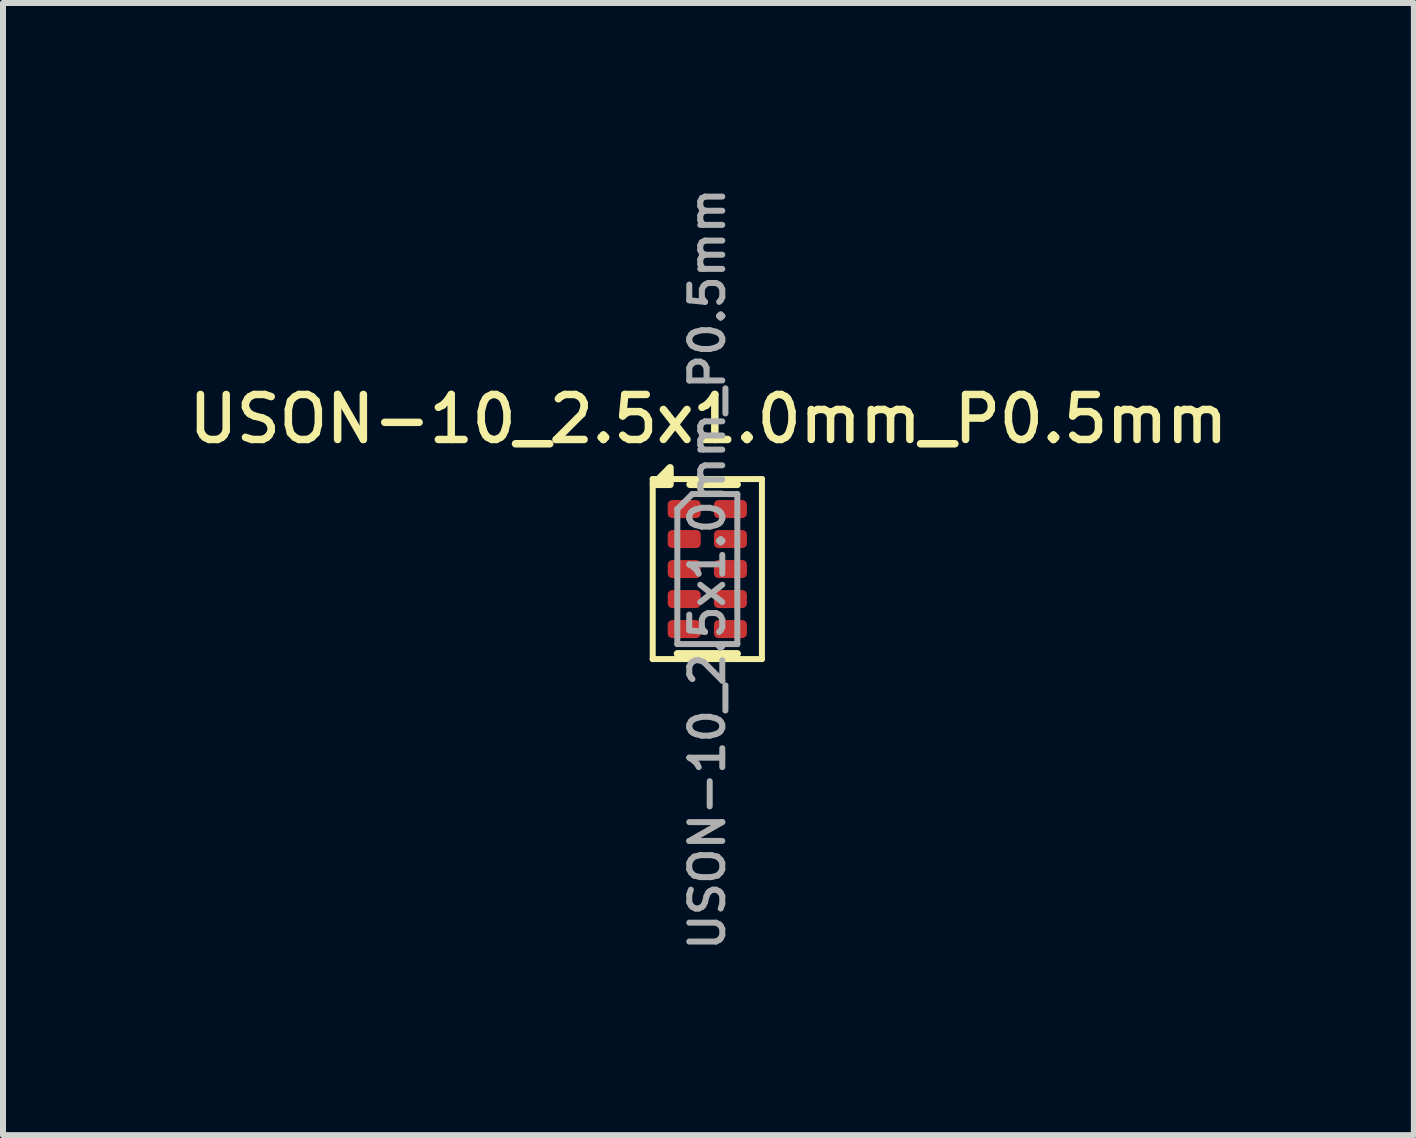
<source format=kicad_pcb>
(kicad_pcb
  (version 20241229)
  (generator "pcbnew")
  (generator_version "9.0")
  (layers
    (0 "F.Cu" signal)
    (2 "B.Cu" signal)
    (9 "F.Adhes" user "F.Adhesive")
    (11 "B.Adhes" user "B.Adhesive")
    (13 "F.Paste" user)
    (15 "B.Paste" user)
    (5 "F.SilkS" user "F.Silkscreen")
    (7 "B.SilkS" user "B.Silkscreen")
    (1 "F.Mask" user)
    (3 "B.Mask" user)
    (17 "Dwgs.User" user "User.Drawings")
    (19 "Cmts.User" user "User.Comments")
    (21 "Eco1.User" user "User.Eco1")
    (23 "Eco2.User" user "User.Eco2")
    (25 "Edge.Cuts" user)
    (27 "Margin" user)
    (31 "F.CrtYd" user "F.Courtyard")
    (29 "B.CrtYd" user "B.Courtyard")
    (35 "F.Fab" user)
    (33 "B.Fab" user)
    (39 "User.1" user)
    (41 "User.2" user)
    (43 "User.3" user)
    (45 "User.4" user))
  (footprint "USON-10_2.5x1.0mm_P0.5mm"
    (layer "F.Cu")
    (at 8.737 6.433)
    (property "Reference" "USON-10_2.5x1.0mm_P0.5mm" (at 0.018 -2.5 0) (layer "F.SilkS") (effects (font (size 0.75 0.75) (thickness 0.125))))
    (attr smd)
    (fp_line (start -0.91 -1.5) (end 0.91 -1.5) (stroke (width 0.1) (type solid)) (layer "F.SilkS"))
    (fp_line (start -0.91 1.5) (end -0.91 -1.5) (stroke (width 0.1) (type solid)) (layer "F.SilkS"))
    (fp_line (start 0.5 -1.41) (end -0.29 -1.41) (stroke (width 0.12) (type solid)) (layer "F.SilkS"))
    (fp_line (start 0.5 1.41) (end -0.5 1.41) (stroke (width 0.12) (type solid)) (layer "F.SilkS"))
    (fp_line (start 0.91 -1.5) (end 0.91 1.5) (stroke (width 0.1) (type solid)) (layer "F.SilkS"))
    (fp_line (start 0.91 1.5) (end -0.91 1.5) (stroke (width 0.1) (type solid)) (layer "F.SilkS"))
    (fp_poly (pts (xy -0.62 -1.41) (xy -0.9 -1.41) (xy -0.62 -1.69) (xy -0.62 -1.41)) (stroke (width 0.12) (type solid)) (fill yes) (layer "F.SilkS"))
    (fp_line (start -0.5 -1) (end -0.5 1.25) (stroke (width 0.1) (type solid)) (layer "F.Fab"))
    (fp_line (start -0.5 1.25) (end 0.5 1.25) (stroke (width 0.1) (type solid)) (layer "F.Fab"))
    (fp_line (start -0.25 -1.25) (end -0.5 -1) (stroke (width 0.1) (type solid)) (layer "F.Fab"))
    (fp_line (start 0.5 -1.25) (end -0.25 -1.25) (stroke (width 0.1) (type solid)) (layer "F.Fab"))
    (fp_line (start 0.5 -1.25) (end 0.5 1.25) (stroke (width 0.1) (type solid)) (layer "F.Fab"))
    (fp_text user "${REFERENCE}" (at 0 0 90) (layer "F.Fab") (effects (font (size 0.55 0.55) (thickness 0.1))))
    (pad "1" smd roundrect (at -0.385 -1 270) (size 0.3 0.55) (layers "F.Cu" "F.Mask" "F.Paste") (roundrect_rratio 0.25))
    (pad "2" smd roundrect (at -0.385 -0.5 270) (size 0.3 0.55) (layers "F.Cu" "F.Mask" "F.Paste") (roundrect_rratio 0.25))
    (pad "3" smd roundrect (at -0.385 0 270) (size 0.3 0.55) (layers "F.Cu" "F.Mask" "F.Paste") (roundrect_rratio 0.25))
    (pad "4" smd roundrect (at -0.385 0.5 270) (size 0.3 0.55) (layers "F.Cu" "F.Mask" "F.Paste") (roundrect_rratio 0.25))
    (pad "5" smd roundrect (at -0.385 1 270) (size 0.3 0.55) (layers "F.Cu" "F.Mask" "F.Paste") (roundrect_rratio 0.25))
    (pad "6" smd roundrect (at 0.385 1 270) (size 0.3 0.55) (layers "F.Cu" "F.Mask" "F.Paste") (roundrect_rratio 0.25))
    (pad "7" smd roundrect (at 0.385 0.5 270) (size 0.3 0.55) (layers "F.Cu" "F.Mask" "F.Paste") (roundrect_rratio 0.25))
    (pad "8" smd roundrect (at 0.385 0 270) (size 0.3 0.55) (layers "F.Cu" "F.Mask" "F.Paste") (roundrect_rratio 0.25))
    (pad "9" smd roundrect (at 0.385 -0.5 270) (size 0.3 0.55) (layers "F.Cu" "F.Mask" "F.Paste") (roundrect_rratio 0.25))
    (pad "10" smd roundrect (at 0.385 -1 270) (size 0.3 0.55) (layers "F.Cu" "F.Mask" "F.Paste") (roundrect_rratio 0.25)))
  (gr_rect
    (start -3 -3)
    (end 20.511 15.866)
    (stroke (width 0.1) (type default))
    (fill no)
    (layer "Edge.Cuts")))
</source>
